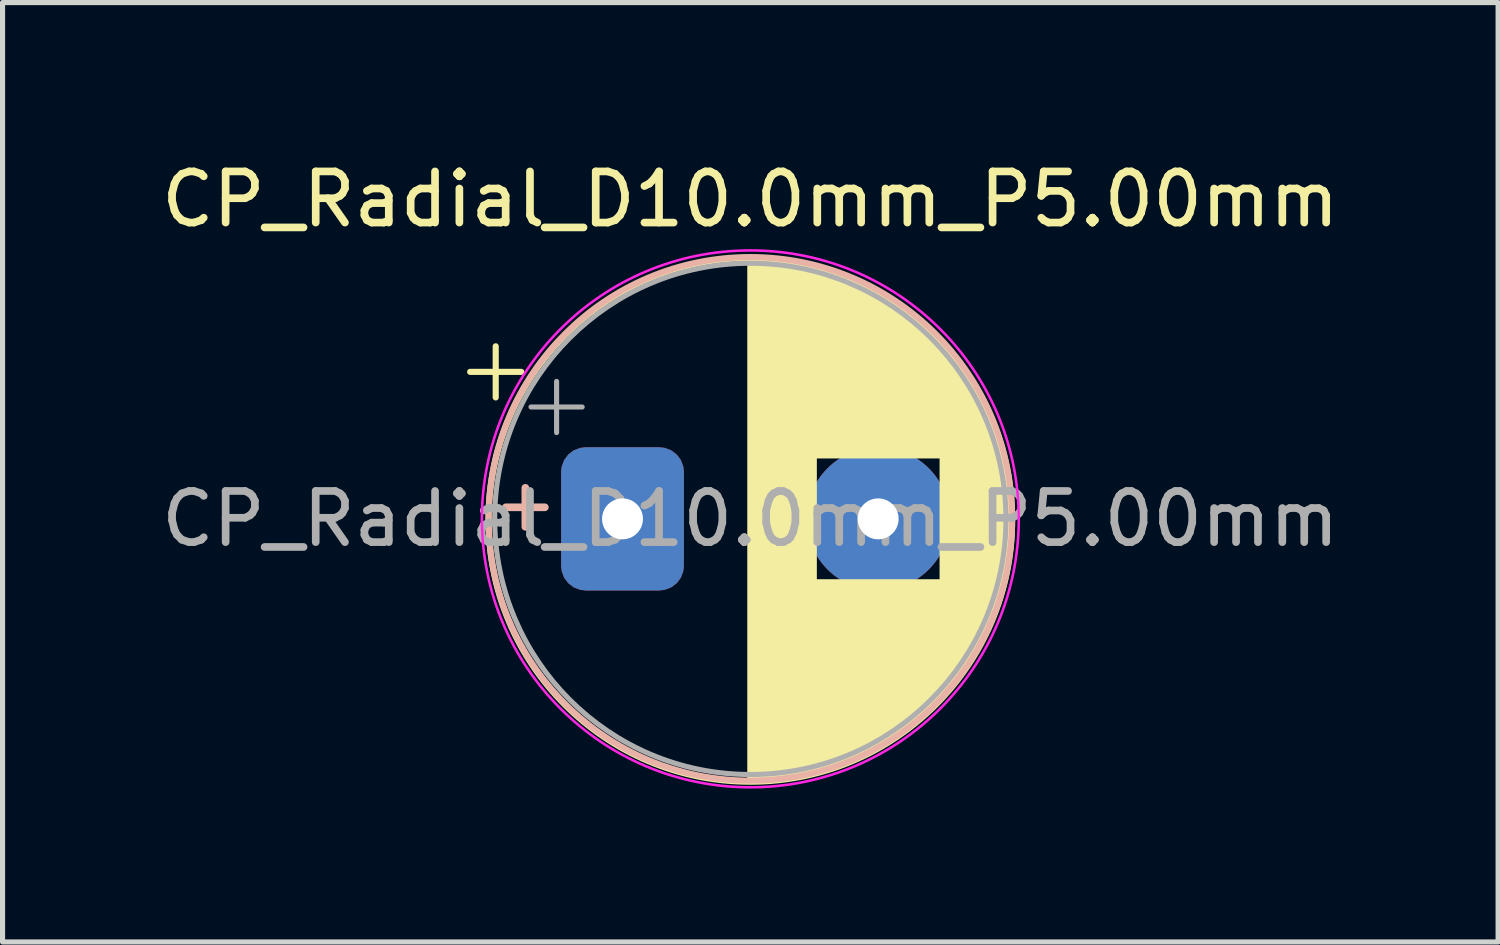
<source format=kicad_pcb>
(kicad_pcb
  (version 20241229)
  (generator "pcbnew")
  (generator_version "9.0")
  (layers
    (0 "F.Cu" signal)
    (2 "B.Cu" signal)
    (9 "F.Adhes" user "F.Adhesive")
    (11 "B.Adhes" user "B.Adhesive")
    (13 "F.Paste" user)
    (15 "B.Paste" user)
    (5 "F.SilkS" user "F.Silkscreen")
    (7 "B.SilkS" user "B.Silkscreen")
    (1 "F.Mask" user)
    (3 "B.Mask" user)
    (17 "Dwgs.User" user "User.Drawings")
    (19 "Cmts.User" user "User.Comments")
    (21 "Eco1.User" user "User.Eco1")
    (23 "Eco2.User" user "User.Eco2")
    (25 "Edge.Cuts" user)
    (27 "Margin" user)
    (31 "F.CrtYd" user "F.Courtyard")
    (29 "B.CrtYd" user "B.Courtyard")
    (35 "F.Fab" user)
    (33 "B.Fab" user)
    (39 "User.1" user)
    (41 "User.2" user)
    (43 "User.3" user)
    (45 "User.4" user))
  (footprint "CP_Radial_D10.0mm_P5.00mm"
    (layer "F.Cu")
    (at 9.125 7.098)
    (property "Reference" "CP_Radial_D10.0mm_P5.00mm" (at 2.5 -6.25 180) (layer "F.SilkS") (effects (font (size 1 1) (thickness 0.15))))
    (attr through_hole)
    (fp_line (start -2.98 -2.875) (end -1.98 -2.875) (stroke (width 0.12) (type solid)) (layer "F.SilkS"))
    (fp_line (start -2.48 -3.375) (end -2.48 -2.375) (stroke (width 0.12) (type solid)) (layer "F.SilkS"))
    (fp_line (start 2.5 -5.08) (end 2.5 5.08) (stroke (width 0.12) (type solid)) (layer "F.SilkS"))
    (fp_line (start 2.54 -5.08) (end 2.54 5.08) (stroke (width 0.12) (type solid)) (layer "F.SilkS"))
    (fp_line (start 2.58 -5.08) (end 2.58 5.08) (stroke (width 0.12) (type solid)) (layer "F.SilkS"))
    (fp_line (start 2.62 -5.079) (end 2.62 5.079) (stroke (width 0.12) (type solid)) (layer "F.SilkS"))
    (fp_line (start 2.66 -5.078) (end 2.66 5.078) (stroke (width 0.12) (type solid)) (layer "F.SilkS"))
    (fp_line (start 2.7 -5.077) (end 2.7 5.077) (stroke (width 0.12) (type solid)) (layer "F.SilkS"))
    (fp_line (start 2.74 -5.075) (end 2.74 5.075) (stroke (width 0.12) (type solid)) (layer "F.SilkS"))
    (fp_line (start 2.78 -5.073) (end 2.78 5.073) (stroke (width 0.12) (type solid)) (layer "F.SilkS"))
    (fp_line (start 2.82 -5.07) (end 2.82 5.07) (stroke (width 0.12) (type solid)) (layer "F.SilkS"))
    (fp_line (start 2.86 -5.068) (end 2.86 5.068) (stroke (width 0.12) (type solid)) (layer "F.SilkS"))
    (fp_line (start 2.9 -5.065) (end 2.9 5.065) (stroke (width 0.12) (type solid)) (layer "F.SilkS"))
    (fp_line (start 2.94 -5.062) (end 2.94 5.062) (stroke (width 0.12) (type solid)) (layer "F.SilkS"))
    (fp_line (start 2.98 -5.058) (end 2.98 5.058) (stroke (width 0.12) (type solid)) (layer "F.SilkS"))
    (fp_line (start 3.02 -5.054) (end 3.02 5.054) (stroke (width 0.12) (type solid)) (layer "F.SilkS"))
    (fp_line (start 3.06 -5.05) (end 3.06 5.05) (stroke (width 0.12) (type solid)) (layer "F.SilkS"))
    (fp_line (start 3.1 -5.045) (end 3.1 5.045) (stroke (width 0.12) (type solid)) (layer "F.SilkS"))
    (fp_line (start 3.14 -5.04) (end 3.14 5.04) (stroke (width 0.12) (type solid)) (layer "F.SilkS"))
    (fp_line (start 3.18 -5.035) (end 3.18 5.035) (stroke (width 0.12) (type solid)) (layer "F.SilkS"))
    (fp_line (start 3.221 -5.03) (end 3.221 5.03) (stroke (width 0.12) (type solid)) (layer "F.SilkS"))
    (fp_line (start 3.261 -5.024) (end 3.261 5.024) (stroke (width 0.12) (type solid)) (layer "F.SilkS"))
    (fp_line (start 3.301 -5.018) (end 3.301 5.018) (stroke (width 0.12) (type solid)) (layer "F.SilkS"))
    (fp_line (start 3.341 -5.011) (end 3.341 5.011) (stroke (width 0.12) (type solid)) (layer "F.SilkS"))
    (fp_line (start 3.381 -5.004) (end 3.381 5.004) (stroke (width 0.12) (type solid)) (layer "F.SilkS"))
    (fp_line (start 3.421 -4.997) (end 3.421 4.997) (stroke (width 0.12) (type solid)) (layer "F.SilkS"))
    (fp_line (start 3.461 -4.99) (end 3.461 4.99) (stroke (width 0.12) (type solid)) (layer "F.SilkS"))
    (fp_line (start 3.501 -4.982) (end 3.501 4.982) (stroke (width 0.12) (type solid)) (layer "F.SilkS"))
    (fp_line (start 3.541 -4.974) (end 3.541 4.974) (stroke (width 0.12) (type solid)) (layer "F.SilkS"))
    (fp_line (start 3.581 -4.965) (end 3.581 4.965) (stroke (width 0.12) (type solid)) (layer "F.SilkS"))
    (fp_line (start 3.621 -4.956) (end 3.621 4.956) (stroke (width 0.12) (type solid)) (layer "F.SilkS"))
    (fp_line (start 3.661 -4.947) (end 3.661 4.947) (stroke (width 0.12) (type solid)) (layer "F.SilkS"))
    (fp_line (start 3.701 -4.938) (end 3.701 4.938) (stroke (width 0.12) (type solid)) (layer "F.SilkS"))
    (fp_line (start 3.741 -4.928) (end 3.741 4.928) (stroke (width 0.12) (type solid)) (layer "F.SilkS"))
    (fp_line (start 3.781 -4.918) (end 3.781 -1.241) (stroke (width 0.12) (type solid)) (layer "F.SilkS"))
    (fp_line (start 3.781 1.241) (end 3.781 4.918) (stroke (width 0.12) (type solid)) (layer "F.SilkS"))
    (fp_line (start 3.821 -4.907) (end 3.821 -1.241) (stroke (width 0.12) (type solid)) (layer "F.SilkS"))
    (fp_line (start 3.821 1.241) (end 3.821 4.907) (stroke (width 0.12) (type solid)) (layer "F.SilkS"))
    (fp_line (start 3.861 -4.897) (end 3.861 -1.241) (stroke (width 0.12) (type solid)) (layer "F.SilkS"))
    (fp_line (start 3.861 1.241) (end 3.861 4.897) (stroke (width 0.12) (type solid)) (layer "F.SilkS"))
    (fp_line (start 3.901 -4.885) (end 3.901 -1.241) (stroke (width 0.12) (type solid)) (layer "F.SilkS"))
    (fp_line (start 3.901 1.241) (end 3.901 4.885) (stroke (width 0.12) (type solid)) (layer "F.SilkS"))
    (fp_line (start 3.941 -4.874) (end 3.941 -1.241) (stroke (width 0.12) (type solid)) (layer "F.SilkS"))
    (fp_line (start 3.941 1.241) (end 3.941 4.874) (stroke (width 0.12) (type solid)) (layer "F.SilkS"))
    (fp_line (start 3.981 -4.862) (end 3.981 -1.241) (stroke (width 0.12) (type solid)) (layer "F.SilkS"))
    (fp_line (start 3.981 1.241) (end 3.981 4.862) (stroke (width 0.12) (type solid)) (layer "F.SilkS"))
    (fp_line (start 4.021 -4.85) (end 4.021 -1.241) (stroke (width 0.12) (type solid)) (layer "F.SilkS"))
    (fp_line (start 4.021 1.241) (end 4.021 4.85) (stroke (width 0.12) (type solid)) (layer "F.SilkS"))
    (fp_line (start 4.061 -4.837) (end 4.061 -1.241) (stroke (width 0.12) (type solid)) (layer "F.SilkS"))
    (fp_line (start 4.061 1.241) (end 4.061 4.837) (stroke (width 0.12) (type solid)) (layer "F.SilkS"))
    (fp_line (start 4.101 -4.824) (end 4.101 -1.241) (stroke (width 0.12) (type solid)) (layer "F.SilkS"))
    (fp_line (start 4.101 1.241) (end 4.101 4.824) (stroke (width 0.12) (type solid)) (layer "F.SilkS"))
    (fp_line (start 4.141 -4.811) (end 4.141 -1.241) (stroke (width 0.12) (type solid)) (layer "F.SilkS"))
    (fp_line (start 4.141 1.241) (end 4.141 4.811) (stroke (width 0.12) (type solid)) (layer "F.SilkS"))
    (fp_line (start 4.181 -4.797) (end 4.181 -1.241) (stroke (width 0.12) (type solid)) (layer "F.SilkS"))
    (fp_line (start 4.181 1.241) (end 4.181 4.797) (stroke (width 0.12) (type solid)) (layer "F.SilkS"))
    (fp_line (start 4.221 -4.783) (end 4.221 -1.241) (stroke (width 0.12) (type solid)) (layer "F.SilkS"))
    (fp_line (start 4.221 1.241) (end 4.221 4.783) (stroke (width 0.12) (type solid)) (layer "F.SilkS"))
    (fp_line (start 4.261 -4.768) (end 4.261 -1.241) (stroke (width 0.12) (type solid)) (layer "F.SilkS"))
    (fp_line (start 4.261 1.241) (end 4.261 4.768) (stroke (width 0.12) (type solid)) (layer "F.SilkS"))
    (fp_line (start 4.301 -4.754) (end 4.301 -1.241) (stroke (width 0.12) (type solid)) (layer "F.SilkS"))
    (fp_line (start 4.301 1.241) (end 4.301 4.754) (stroke (width 0.12) (type solid)) (layer "F.SilkS"))
    (fp_line (start 4.341 -4.738) (end 4.341 -1.241) (stroke (width 0.12) (type solid)) (layer "F.SilkS"))
    (fp_line (start 4.341 1.241) (end 4.341 4.738) (stroke (width 0.12) (type solid)) (layer "F.SilkS"))
    (fp_line (start 4.381 -4.723) (end 4.381 -1.241) (stroke (width 0.12) (type solid)) (layer "F.SilkS"))
    (fp_line (start 4.381 1.241) (end 4.381 4.723) (stroke (width 0.12) (type solid)) (layer "F.SilkS"))
    (fp_line (start 4.421 -4.707) (end 4.421 -1.241) (stroke (width 0.12) (type solid)) (layer "F.SilkS"))
    (fp_line (start 4.421 1.241) (end 4.421 4.707) (stroke (width 0.12) (type solid)) (layer "F.SilkS"))
    (fp_line (start 4.461 -4.69) (end 4.461 -1.241) (stroke (width 0.12) (type solid)) (layer "F.SilkS"))
    (fp_line (start 4.461 1.241) (end 4.461 4.69) (stroke (width 0.12) (type solid)) (layer "F.SilkS"))
    (fp_line (start 4.501 -4.674) (end 4.501 -1.241) (stroke (width 0.12) (type solid)) (layer "F.SilkS"))
    (fp_line (start 4.501 1.241) (end 4.501 4.674) (stroke (width 0.12) (type solid)) (layer "F.SilkS"))
    (fp_line (start 4.541 -4.657) (end 4.541 -1.241) (stroke (width 0.12) (type solid)) (layer "F.SilkS"))
    (fp_line (start 4.541 1.241) (end 4.541 4.657) (stroke (width 0.12) (type solid)) (layer "F.SilkS"))
    (fp_line (start 4.581 -4.639) (end 4.581 -1.241) (stroke (width 0.12) (type solid)) (layer "F.SilkS"))
    (fp_line (start 4.581 1.241) (end 4.581 4.639) (stroke (width 0.12) (type solid)) (layer "F.SilkS"))
    (fp_line (start 4.621 -4.621) (end 4.621 -1.241) (stroke (width 0.12) (type solid)) (layer "F.SilkS"))
    (fp_line (start 4.621 1.241) (end 4.621 4.621) (stroke (width 0.12) (type solid)) (layer "F.SilkS"))
    (fp_line (start 4.661 -4.603) (end 4.661 -1.241) (stroke (width 0.12) (type solid)) (layer "F.SilkS"))
    (fp_line (start 4.661 1.241) (end 4.661 4.603) (stroke (width 0.12) (type solid)) (layer "F.SilkS"))
    (fp_line (start 4.701 -4.584) (end 4.701 -1.241) (stroke (width 0.12) (type solid)) (layer "F.SilkS"))
    (fp_line (start 4.701 1.241) (end 4.701 4.584) (stroke (width 0.12) (type solid)) (layer "F.SilkS"))
    (fp_line (start 4.741 -4.564) (end 4.741 -1.241) (stroke (width 0.12) (type solid)) (layer "F.SilkS"))
    (fp_line (start 4.741 1.241) (end 4.741 4.564) (stroke (width 0.12) (type solid)) (layer "F.SilkS"))
    (fp_line (start 4.781 -4.545) (end 4.781 -1.241) (stroke (width 0.12) (type solid)) (layer "F.SilkS"))
    (fp_line (start 4.781 1.241) (end 4.781 4.545) (stroke (width 0.12) (type solid)) (layer "F.SilkS"))
    (fp_line (start 4.821 -4.525) (end 4.821 -1.241) (stroke (width 0.12) (type solid)) (layer "F.SilkS"))
    (fp_line (start 4.821 1.241) (end 4.821 4.525) (stroke (width 0.12) (type solid)) (layer "F.SilkS"))
    (fp_line (start 4.861 -4.504) (end 4.861 -1.241) (stroke (width 0.12) (type solid)) (layer "F.SilkS"))
    (fp_line (start 4.861 1.241) (end 4.861 4.504) (stroke (width 0.12) (type solid)) (layer "F.SilkS"))
    (fp_line (start 4.901 -4.483) (end 4.901 -1.241) (stroke (width 0.12) (type solid)) (layer "F.SilkS"))
    (fp_line (start 4.901 1.241) (end 4.901 4.483) (stroke (width 0.12) (type solid)) (layer "F.SilkS"))
    (fp_line (start 4.941 -4.462) (end 4.941 -1.241) (stroke (width 0.12) (type solid)) (layer "F.SilkS"))
    (fp_line (start 4.941 1.241) (end 4.941 4.462) (stroke (width 0.12) (type solid)) (layer "F.SilkS"))
    (fp_line (start 4.981 -4.44) (end 4.981 -1.241) (stroke (width 0.12) (type solid)) (layer "F.SilkS"))
    (fp_line (start 4.981 1.241) (end 4.981 4.44) (stroke (width 0.12) (type solid)) (layer "F.SilkS"))
    (fp_line (start 5.021 -4.417) (end 5.021 -1.241) (stroke (width 0.12) (type solid)) (layer "F.SilkS"))
    (fp_line (start 5.021 1.241) (end 5.021 4.417) (stroke (width 0.12) (type solid)) (layer "F.SilkS"))
    (fp_line (start 5.061 -4.395) (end 5.061 -1.241) (stroke (width 0.12) (type solid)) (layer "F.SilkS"))
    (fp_line (start 5.061 1.241) (end 5.061 4.395) (stroke (width 0.12) (type solid)) (layer "F.SilkS"))
    (fp_line (start 5.101 -4.371) (end 5.101 -1.241) (stroke (width 0.12) (type solid)) (layer "F.SilkS"))
    (fp_line (start 5.101 1.241) (end 5.101 4.371) (stroke (width 0.12) (type solid)) (layer "F.SilkS"))
    (fp_line (start 5.141 -4.347) (end 5.141 -1.241) (stroke (width 0.12) (type solid)) (layer "F.SilkS"))
    (fp_line (start 5.141 1.241) (end 5.141 4.347) (stroke (width 0.12) (type solid)) (layer "F.SilkS"))
    (fp_line (start 5.181 -4.323) (end 5.181 -1.241) (stroke (width 0.12) (type solid)) (layer "F.SilkS"))
    (fp_line (start 5.181 1.241) (end 5.181 4.323) (stroke (width 0.12) (type solid)) (layer "F.SilkS"))
    (fp_line (start 5.221 -4.298) (end 5.221 -1.241) (stroke (width 0.12) (type solid)) (layer "F.SilkS"))
    (fp_line (start 5.221 1.241) (end 5.221 4.298) (stroke (width 0.12) (type solid)) (layer "F.SilkS"))
    (fp_line (start 5.261 -4.273) (end 5.261 -1.241) (stroke (width 0.12) (type solid)) (layer "F.SilkS"))
    (fp_line (start 5.261 1.241) (end 5.261 4.273) (stroke (width 0.12) (type solid)) (layer "F.SilkS"))
    (fp_line (start 5.301 -4.247) (end 5.301 -1.241) (stroke (width 0.12) (type solid)) (layer "F.SilkS"))
    (fp_line (start 5.301 1.241) (end 5.301 4.247) (stroke (width 0.12) (type solid)) (layer "F.SilkS"))
    (fp_line (start 5.341 -4.221) (end 5.341 -1.241) (stroke (width 0.12) (type solid)) (layer "F.SilkS"))
    (fp_line (start 5.341 1.241) (end 5.341 4.221) (stroke (width 0.12) (type solid)) (layer "F.SilkS"))
    (fp_line (start 5.381 -4.194) (end 5.381 -1.241) (stroke (width 0.12) (type solid)) (layer "F.SilkS"))
    (fp_line (start 5.381 1.241) (end 5.381 4.194) (stroke (width 0.12) (type solid)) (layer "F.SilkS"))
    (fp_line (start 5.421 -4.166) (end 5.421 -1.241) (stroke (width 0.12) (type solid)) (layer "F.SilkS"))
    (fp_line (start 5.421 1.241) (end 5.421 4.166) (stroke (width 0.12) (type solid)) (layer "F.SilkS"))
    (fp_line (start 5.461 -4.138) (end 5.461 -1.241) (stroke (width 0.12) (type solid)) (layer "F.SilkS"))
    (fp_line (start 5.461 1.241) (end 5.461 4.138) (stroke (width 0.12) (type solid)) (layer "F.SilkS"))
    (fp_line (start 5.501 -4.11) (end 5.501 -1.241) (stroke (width 0.12) (type solid)) (layer "F.SilkS"))
    (fp_line (start 5.501 1.241) (end 5.501 4.11) (stroke (width 0.12) (type solid)) (layer "F.SilkS"))
    (fp_line (start 5.541 -4.08) (end 5.541 -1.241) (stroke (width 0.12) (type solid)) (layer "F.SilkS"))
    (fp_line (start 5.541 1.241) (end 5.541 4.08) (stroke (width 0.12) (type solid)) (layer "F.SilkS"))
    (fp_line (start 5.581 -4.05) (end 5.581 -1.241) (stroke (width 0.12) (type solid)) (layer "F.SilkS"))
    (fp_line (start 5.581 1.241) (end 5.581 4.05) (stroke (width 0.12) (type solid)) (layer "F.SilkS"))
    (fp_line (start 5.621 -4.02) (end 5.621 -1.241) (stroke (width 0.12) (type solid)) (layer "F.SilkS"))
    (fp_line (start 5.621 1.241) (end 5.621 4.02) (stroke (width 0.12) (type solid)) (layer "F.SilkS"))
    (fp_line (start 5.661 -3.989) (end 5.661 -1.241) (stroke (width 0.12) (type solid)) (layer "F.SilkS"))
    (fp_line (start 5.661 1.241) (end 5.661 3.989) (stroke (width 0.12) (type solid)) (layer "F.SilkS"))
    (fp_line (start 5.701 -3.957) (end 5.701 -1.241) (stroke (width 0.12) (type solid)) (layer "F.SilkS"))
    (fp_line (start 5.701 1.241) (end 5.701 3.957) (stroke (width 0.12) (type solid)) (layer "F.SilkS"))
    (fp_line (start 5.741 -3.925) (end 5.741 -1.241) (stroke (width 0.12) (type solid)) (layer "F.SilkS"))
    (fp_line (start 5.741 1.241) (end 5.741 3.925) (stroke (width 0.12) (type solid)) (layer "F.SilkS"))
    (fp_line (start 5.781 -3.892) (end 5.781 -1.241) (stroke (width 0.12) (type solid)) (layer "F.SilkS"))
    (fp_line (start 5.781 1.241) (end 5.781 3.892) (stroke (width 0.12) (type solid)) (layer "F.SilkS"))
    (fp_line (start 5.821 -3.858) (end 5.821 -1.241) (stroke (width 0.12) (type solid)) (layer "F.SilkS"))
    (fp_line (start 5.821 1.241) (end 5.821 3.858) (stroke (width 0.12) (type solid)) (layer "F.SilkS"))
    (fp_line (start 5.861 -3.824) (end 5.861 -1.241) (stroke (width 0.12) (type solid)) (layer "F.SilkS"))
    (fp_line (start 5.861 1.241) (end 5.861 3.824) (stroke (width 0.12) (type solid)) (layer "F.SilkS"))
    (fp_line (start 5.901 -3.789) (end 5.901 -1.241) (stroke (width 0.12) (type solid)) (layer "F.SilkS"))
    (fp_line (start 5.901 1.241) (end 5.901 3.789) (stroke (width 0.12) (type solid)) (layer "F.SilkS"))
    (fp_line (start 5.941 -3.753) (end 5.941 -1.241) (stroke (width 0.12) (type solid)) (layer "F.SilkS"))
    (fp_line (start 5.941 1.241) (end 5.941 3.753) (stroke (width 0.12) (type solid)) (layer "F.SilkS"))
    (fp_line (start 5.981 -3.716) (end 5.981 -1.241) (stroke (width 0.12) (type solid)) (layer "F.SilkS"))
    (fp_line (start 5.981 1.241) (end 5.981 3.716) (stroke (width 0.12) (type solid)) (layer "F.SilkS"))
    (fp_line (start 6.021 -3.679) (end 6.021 -1.241) (stroke (width 0.12) (type solid)) (layer "F.SilkS"))
    (fp_line (start 6.021 1.241) (end 6.021 3.679) (stroke (width 0.12) (type solid)) (layer "F.SilkS"))
    (fp_line (start 6.061 -3.64) (end 6.061 -1.241) (stroke (width 0.12) (type solid)) (layer "F.SilkS"))
    (fp_line (start 6.061 1.241) (end 6.061 3.64) (stroke (width 0.12) (type solid)) (layer "F.SilkS"))
    (fp_line (start 6.101 -3.601) (end 6.101 -1.241) (stroke (width 0.12) (type solid)) (layer "F.SilkS"))
    (fp_line (start 6.101 1.241) (end 6.101 3.601) (stroke (width 0.12) (type solid)) (layer "F.SilkS"))
    (fp_line (start 6.141 -3.561) (end 6.141 -1.241) (stroke (width 0.12) (type solid)) (layer "F.SilkS"))
    (fp_line (start 6.141 1.241) (end 6.141 3.561) (stroke (width 0.12) (type solid)) (layer "F.SilkS"))
    (fp_line (start 6.181 -3.52) (end 6.181 -1.241) (stroke (width 0.12) (type solid)) (layer "F.SilkS"))
    (fp_line (start 6.181 1.241) (end 6.181 3.52) (stroke (width 0.12) (type solid)) (layer "F.SilkS"))
    (fp_line (start 6.221 -3.478) (end 6.221 -1.241) (stroke (width 0.12) (type solid)) (layer "F.SilkS"))
    (fp_line (start 6.221 1.241) (end 6.221 3.478) (stroke (width 0.12) (type solid)) (layer "F.SilkS"))
    (fp_line (start 6.261 -3.436) (end 6.261 3.436) (stroke (width 0.12) (type solid)) (layer "F.SilkS"))
    (fp_line (start 6.301 -3.392) (end 6.301 3.392) (stroke (width 0.12) (type solid)) (layer "F.SilkS"))
    (fp_line (start 6.341 -3.347) (end 6.341 3.347) (stroke (width 0.12) (type solid)) (layer "F.SilkS"))
    (fp_line (start 6.381 -3.301) (end 6.381 3.301) (stroke (width 0.12) (type solid)) (layer "F.SilkS"))
    (fp_line (start 6.421 -3.254) (end 6.421 3.254) (stroke (width 0.12) (type solid)) (layer "F.SilkS"))
    (fp_line (start 6.461 -3.206) (end 6.461 3.206) (stroke (width 0.12) (type solid)) (layer "F.SilkS"))
    (fp_line (start 6.501 -3.156) (end 6.501 3.156) (stroke (width 0.12) (type solid)) (layer "F.SilkS"))
    (fp_line (start 6.541 -3.106) (end 6.541 3.106) (stroke (width 0.12) (type solid)) (layer "F.SilkS"))
    (fp_line (start 6.581 -3.054) (end 6.581 3.054) (stroke (width 0.12) (type solid)) (layer "F.SilkS"))
    (fp_line (start 6.621 -3) (end 6.621 3) (stroke (width 0.12) (type solid)) (layer "F.SilkS"))
    (fp_line (start 6.661 -2.945) (end 6.661 2.945) (stroke (width 0.12) (type solid)) (layer "F.SilkS"))
    (fp_line (start 6.701 -2.889) (end 6.701 2.889) (stroke (width 0.12) (type solid)) (layer "F.SilkS"))
    (fp_line (start 6.741 -2.83) (end 6.741 2.83) (stroke (width 0.12) (type solid)) (layer "F.SilkS"))
    (fp_line (start 6.781 -2.77) (end 6.781 2.77) (stroke (width 0.12) (type solid)) (layer "F.SilkS"))
    (fp_line (start 6.821 -2.709) (end 6.821 2.709) (stroke (width 0.12) (type solid)) (layer "F.SilkS"))
    (fp_line (start 6.861 -2.645) (end 6.861 2.645) (stroke (width 0.12) (type solid)) (layer "F.SilkS"))
    (fp_line (start 6.901 -2.579) (end 6.901 2.579) (stroke (width 0.12) (type solid)) (layer "F.SilkS"))
    (fp_line (start 6.941 -2.51) (end 6.941 2.51) (stroke (width 0.12) (type solid)) (layer "F.SilkS"))
    (fp_line (start 6.981 -2.439) (end 6.981 2.439) (stroke (width 0.12) (type solid)) (layer "F.SilkS"))
    (fp_line (start 7.021 -2.365) (end 7.021 2.365) (stroke (width 0.12) (type solid)) (layer "F.SilkS"))
    (fp_line (start 7.061 -2.289) (end 7.061 2.289) (stroke (width 0.12) (type solid)) (layer "F.SilkS"))
    (fp_line (start 7.101 -2.209) (end 7.101 2.209) (stroke (width 0.12) (type solid)) (layer "F.SilkS"))
    (fp_line (start 7.141 -2.125) (end 7.141 2.125) (stroke (width 0.12) (type solid)) (layer "F.SilkS"))
    (fp_line (start 7.181 -2.037) (end 7.181 2.037) (stroke (width 0.12) (type solid)) (layer "F.SilkS"))
    (fp_line (start 7.221 -1.944) (end 7.221 1.944) (stroke (width 0.12) (type solid)) (layer "F.SilkS"))
    (fp_line (start 7.261 -1.846) (end 7.261 1.846) (stroke (width 0.12) (type solid)) (layer "F.SilkS"))
    (fp_line (start 7.301 -1.742) (end 7.301 1.742) (stroke (width 0.12) (type solid)) (layer "F.SilkS"))
    (fp_line (start 7.341 -1.63) (end 7.341 1.63) (stroke (width 0.12) (type solid)) (layer "F.SilkS"))
    (fp_line (start 7.381 -1.51) (end 7.381 1.51) (stroke (width 0.12) (type solid)) (layer "F.SilkS"))
    (fp_line (start 7.421 -1.378) (end 7.421 1.378) (stroke (width 0.12) (type solid)) (layer "F.SilkS"))
    (fp_line (start 7.461 -1.23) (end 7.461 1.23) (stroke (width 0.12) (type solid)) (layer "F.SilkS"))
    (fp_line (start 7.501 -1.062) (end 7.501 1.062) (stroke (width 0.12) (type solid)) (layer "F.SilkS"))
    (fp_line (start 7.541 -0.862) (end 7.541 0.862) (stroke (width 0.12) (type solid)) (layer "F.SilkS"))
    (fp_line (start 7.581 -0.599) (end 7.581 0.599) (stroke (width 0.12) (type solid)) (layer "F.SilkS"))
    (fp_circle (center 2.5 0.02) (end 7.62 0.02) (stroke (width 0.12) (type solid)) (fill no) (layer "F.SilkS"))
    (fp_circle (center 2.5 0) (end 7.62 0) (stroke (width 0.12) (type solid)) (fill no) (layer "B.SilkS"))
    (fp_circle (center 2.5 0) (end 7.75 0) (stroke (width 0.05) (type solid)) (fill no) (layer "F.CrtYd"))
    (fp_line (start -1.789 -2.188) (end -0.789 -2.188) (stroke (width 0.1) (type solid)) (layer "F.Fab"))
    (fp_line (start -1.289 -2.688) (end -1.289 -1.688) (stroke (width 0.1) (type solid)) (layer "F.Fab"))
    (fp_circle (center 2.5 0) (end 7.5 0) (stroke (width 0.1) (type solid)) (fill no) (layer "F.Fab"))
    (fp_text user "-" (at 5.1 1.9 180) (layer "F.SilkS") (effects (font (size 1 1) (thickness 0.15))))
    (fp_text user "+" (at -1.9 -0.3 180) (layer "B.SilkS") (effects (font (size 1 1) (thickness 0.15))))
    (fp_text user "${REFERENCE}" (at 2.5 0 180) (layer "F.Fab") (effects (font (size 1 1) (thickness 0.15))))
    (pad "1" thru_hole roundrect (at 0 0) (size 2.4 2.8) (drill 0.8) (layers "*.Cu" "*.Mask") (roundrect_rratio 0.2))
    (pad "2" thru_hole circle (at 5 0) (size 2.8 2.8) (drill 0.8) (layers "*.Cu" "*.Mask")))
  (gr_rect
    (start -3 -3)
    (end 26.25 15.373)
    (stroke (width 0.1) (type default))
    (fill no)
    (layer "Edge.Cuts")))
</source>
